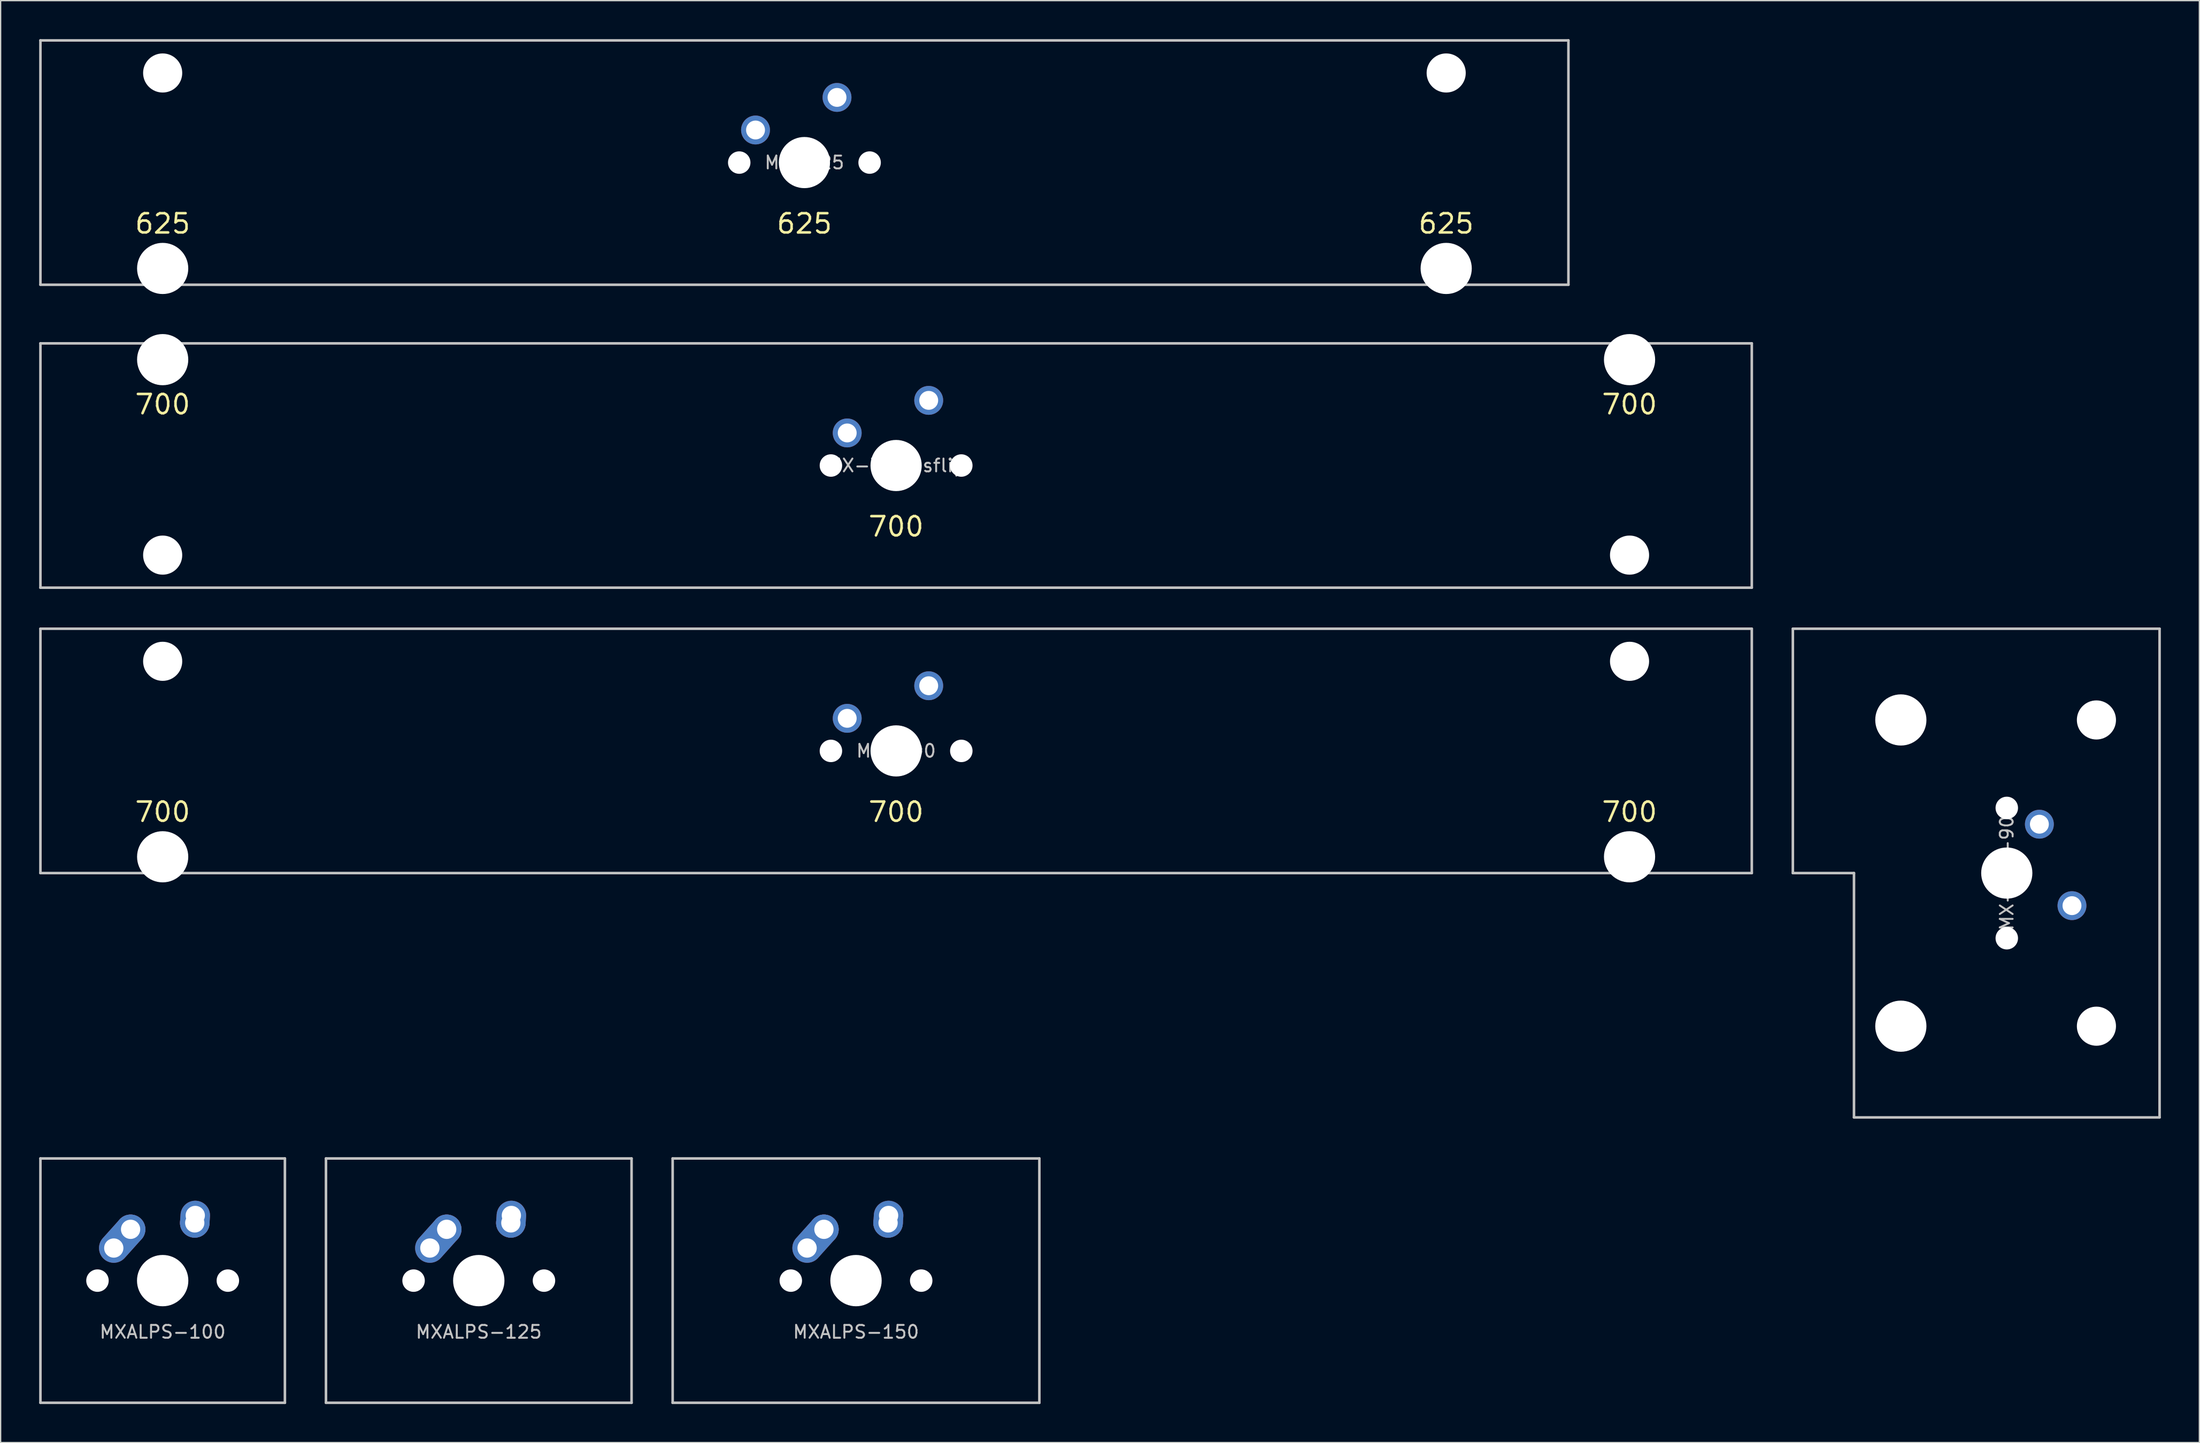
<source format=kicad_pcb>
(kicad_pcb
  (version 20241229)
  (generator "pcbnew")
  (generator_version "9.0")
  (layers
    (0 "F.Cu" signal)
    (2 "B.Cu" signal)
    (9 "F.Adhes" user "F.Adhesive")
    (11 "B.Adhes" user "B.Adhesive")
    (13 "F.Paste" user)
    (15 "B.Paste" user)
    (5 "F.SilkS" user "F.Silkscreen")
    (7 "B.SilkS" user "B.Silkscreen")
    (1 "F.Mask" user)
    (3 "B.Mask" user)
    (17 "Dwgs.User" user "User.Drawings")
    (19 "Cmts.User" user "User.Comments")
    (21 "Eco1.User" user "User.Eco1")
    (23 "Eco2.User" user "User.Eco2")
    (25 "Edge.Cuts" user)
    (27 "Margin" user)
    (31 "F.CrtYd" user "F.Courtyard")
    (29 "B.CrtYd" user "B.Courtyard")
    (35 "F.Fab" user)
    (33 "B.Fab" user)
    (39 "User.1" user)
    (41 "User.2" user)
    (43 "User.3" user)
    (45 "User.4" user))
  (footprint "MX-625"
    (layer "F.Cu")
    (at 59.631 9.625)
    (property "Reference" "MX-625" (at 0 0 0) (layer "Dwgs.User") (effects (font (size 1 1) (thickness 0.15))))
    (attr through_hole)
    (fp_line (start -59.531 9.525) (end -59.531 -9.525) (stroke (width 0.2) (type solid)) (layer "Dwgs.User"))
    (fp_line (start 59.531 -9.525) (end -59.531 -9.525) (stroke (width 0.2) (type solid)) (layer "Dwgs.User"))
    (fp_line (start 59.531 -9.525) (end 59.531 9.525) (stroke (width 0.2) (type solid)) (layer "Dwgs.User"))
    (fp_line (start 59.531 9.525) (end -59.531 9.525) (stroke (width 0.2) (type solid)) (layer "Dwgs.User"))
    (fp_line (start -53.436 -8.95) (end -53.436 10.25) (stroke (width 0.12) (type solid)) (layer "Eco1.User"))
    (fp_line (start -53.436 10.25) (end 53.436 10.25) (stroke (width 0.12) (type solid)) (layer "Eco1.User"))
    (fp_line (start -46.576 -8.95) (end -53.436 -8.95) (stroke (width 0.12) (type solid)) (layer "Eco1.User"))
    (fp_line (start -46.576 7) (end -46.576 -8.95) (stroke (width 0.12) (type solid)) (layer "Eco1.User"))
    (fp_line (start -7 -7) (end -7 7) (stroke (width 0.12) (type solid)) (layer "Eco1.User"))
    (fp_line (start -7 -7) (end 7 -7) (stroke (width 0.12) (type solid)) (layer "Eco1.User"))
    (fp_line (start -7 7) (end -46.576 7) (stroke (width 0.12) (type solid)) (layer "Eco1.User"))
    (fp_line (start 7 -7) (end 7 7) (stroke (width 0.12) (type solid)) (layer "Eco1.User"))
    (fp_line (start 46.576 -8.95) (end 46.576 7) (stroke (width 0.12) (type solid)) (layer "Eco1.User"))
    (fp_line (start 46.576 7) (end 7 7) (stroke (width 0.12) (type solid)) (layer "Eco1.User"))
    (fp_line (start 53.436 -8.95) (end 46.576 -8.95) (stroke (width 0.12) (type solid)) (layer "Eco1.User"))
    (fp_line (start 53.436 10.25) (end 53.436 -8.95) (stroke (width 0.12) (type solid)) (layer "Eco1.User"))
    (fp_circle (center -50.006 -6.985) (end -47.506 -6.985) (stroke (width 0.12) (type solid)) (fill no) (layer "Eco2.User"))
    (fp_circle (center 50.006 -6.985) (end 52.506 -6.985) (stroke (width 0.12) (type solid)) (fill no) (layer "Eco2.User"))
    (fp_text user "625" (at 0 4.763 0) (layer "F.SilkS") (effects (font (size 1.5 1.5) (thickness 0.2))))
    (fp_text user "625" (at -50.006 4.763 0) (layer "F.SilkS") (effects (font (size 1.5 1.5) (thickness 0.2))))
    (fp_text user "625" (at 50.006 4.763 0) (layer "F.SilkS") (effects (font (size 1.5 1.5) (thickness 0.2))))
    (pad "" np_thru_hole circle (at -50.006 -6.985) (size 3.048 3.048) (drill 3.048) (layers "*.Cu" "*.Mask"))
    (pad "" np_thru_hole circle (at -50.006 8.255) (size 3.988 3.988) (drill 3.988) (layers "*.Cu" "*.Mask"))
    (pad "" np_thru_hole circle (at -5.08 0) (size 1.75 1.75) (drill 1.75) (layers "*.Cu" "*.Mask"))
    (pad "" np_thru_hole circle (at 0 0) (size 3.988 3.988) (drill 3.988) (layers "*.Cu" "*.Mask"))
    (pad "" np_thru_hole circle (at 5.08 0) (size 1.75 1.75) (drill 1.75) (layers "*.Cu" "*.Mask"))
    (pad "" np_thru_hole circle (at 50.006 -6.985) (size 3.048 3.048) (drill 3.048) (layers "*.Cu" "*.Mask"))
    (pad "" np_thru_hole circle (at 50.006 8.255) (size 3.988 3.988) (drill 3.988) (layers "*.Cu" "*.Mask"))
    (pad "1" thru_hole circle (at 2.54 -5.08) (size 2.25 2.25) (drill 1.47) (layers "*.Cu" "B.Mask"))
    (pad "2" thru_hole circle (at -3.81 -2.54) (size 2.25 2.25) (drill 1.47) (layers "*.Cu" "B.Mask")))
  (footprint "MXALPS-100"
    (layer "F.Cu")
    (at 9.625 96.795)
    (property "Reference" "MXALPS-100" (at 0 4 0) (layer "Dwgs.User") (effects (font (size 1 1) (thickness 0.15))))
    (attr through_hole)
    (fp_line (start -9.525 -9.525) (end 9.525 -9.525) (stroke (width 0.2) (type solid)) (layer "Dwgs.User"))
    (fp_line (start -9.525 9.525) (end -9.525 -9.525) (stroke (width 0.2) (type solid)) (layer "Dwgs.User"))
    (fp_line (start 9.525 -9.525) (end 9.525 9.525) (stroke (width 0.2) (type solid)) (layer "Dwgs.User"))
    (fp_line (start 9.525 9.525) (end -9.525 9.525) (stroke (width 0.2) (type solid)) (layer "Dwgs.User"))
    (pad "" np_thru_hole circle (at -5.08 0) (size 1.75 1.75) (drill 1.75) (layers "*.Cu" "*.Mask"))
    (pad "" np_thru_hole circle (at 0 0) (size 4 4) (drill 4) (layers "*.Cu" "*.Mask"))
    (pad "" np_thru_hole circle (at 5.08 0) (size 1.75 1.75) (drill 1.75) (layers "*.Cu" "*.Mask"))
    (pad "1" thru_hole circle (at 2.5 -4.5) (size 2.3 2.3) (drill 1.5) (layers "*.Cu" "B.Mask"))
    (pad "1" thru_hole oval (at 2.54 -5.08 356.056) (size 2.3 2.881) (drill 1.5 (offset 0 0.291)) (layers "*.Cu" "B.Mask"))
    (pad "2" thru_hole oval (at -3.81 -2.54 48.1) (size 4.262 2.3) (drill 1.5 (offset 0.981 0)) (layers "*.Cu" "B.Mask"))
    (pad "2" thru_hole circle (at -2.5 -4) (size 2.3 2.3) (drill 1.5) (layers "*.Cu" "B.Mask")))
  (footprint "MXALPS-150"
    (layer "F.Cu")
    (at 63.65 96.795)
    (property "Reference" "MXALPS-150" (at 0 4 0) (layer "Dwgs.User") (effects (font (size 1 1) (thickness 0.15))))
    (attr through_hole)
    (fp_line (start -14.287 -9.525) (end 14.287 -9.525) (stroke (width 0.2) (type solid)) (layer "Dwgs.User"))
    (fp_line (start -14.287 9.525) (end -14.287 -9.525) (stroke (width 0.2) (type solid)) (layer "Dwgs.User"))
    (fp_line (start 14.287 -9.525) (end 14.287 9.525) (stroke (width 0.2) (type solid)) (layer "Dwgs.User"))
    (fp_line (start 14.287 9.525) (end -14.287 9.525) (stroke (width 0.2) (type solid)) (layer "Dwgs.User"))
    (pad "" np_thru_hole circle (at -5.08 0) (size 1.75 1.75) (drill 1.75) (layers "*.Cu" "*.Mask"))
    (pad "" np_thru_hole circle (at 0 0) (size 4 4) (drill 4) (layers "*.Cu" "*.Mask"))
    (pad "" np_thru_hole circle (at 5.08 0) (size 1.75 1.75) (drill 1.75) (layers "*.Cu" "*.Mask"))
    (pad "1" thru_hole circle (at 2.5 -4.5) (size 2.3 2.3) (drill 1.5) (layers "*.Cu" "B.Mask"))
    (pad "1" thru_hole oval (at 2.54 -5.08 356.056) (size 2.3 2.881) (drill 1.5 (offset 0 0.291)) (layers "*.Cu" "B.Mask"))
    (pad "2" thru_hole oval (at -3.81 -2.54 48.1) (size 4.262 2.3) (drill 1.5 (offset 0.981 0)) (layers "*.Cu" "B.Mask"))
    (pad "2" thru_hole circle (at -2.5 -4) (size 2.3 2.3) (drill 1.5) (layers "*.Cu" "B.Mask")))
  (footprint "MX-ISO-90"
    (layer "F.Cu")
    (at 153.319 65.02)
    (property "Reference" "MX-ISO-90" (at 0 0 270) (layer "Dwgs.User") (effects (font (size 1 1) (thickness 0.15))))
    (attr through_hole)
    (fp_line (start -16.669 0) (end -16.669 -19.05) (stroke (width 0.2) (type solid)) (layer "Dwgs.User"))
    (fp_line (start -11.906 0) (end -16.669 0) (stroke (width 0.2) (type solid)) (layer "Dwgs.User"))
    (fp_line (start -11.906 19.05) (end -11.906 0) (stroke (width 0.2) (type solid)) (layer "Dwgs.User"))
    (fp_line (start 11.906 -19.05) (end -16.669 -19.05) (stroke (width 0.2) (type solid)) (layer "Dwgs.User"))
    (fp_line (start 11.906 19.05) (end -11.906 19.05) (stroke (width 0.2) (type solid)) (layer "Dwgs.User"))
    (fp_line (start 11.906 19.05) (end 11.906 -19.05) (stroke (width 0.2) (type solid)) (layer "Dwgs.User"))
    (fp_line (start -10.25 -15.368) (end -10.25 15.368) (stroke (width 0.12) (type solid)) (layer "Eco1.User"))
    (fp_line (start -10.25 15.368) (end 8.95 15.368) (stroke (width 0.12) (type solid)) (layer "Eco1.User"))
    (fp_line (start -7 -8.508) (end 8.95 -8.508) (stroke (width 0.12) (type solid)) (layer "Eco1.User"))
    (fp_line (start -7 -7) (end -7 -8.508) (stroke (width 0.12) (type solid)) (layer "Eco1.User"))
    (fp_line (start -7 8.508) (end -7 7) (stroke (width 0.12) (type solid)) (layer "Eco1.User"))
    (fp_line (start 7 -7) (end -7 -7) (stroke (width 0.12) (type solid)) (layer "Eco1.User"))
    (fp_line (start 7 -7) (end 7 7) (stroke (width 0.12) (type solid)) (layer "Eco1.User"))
    (fp_line (start 7 7) (end -7 7) (stroke (width 0.12) (type solid)) (layer "Eco1.User"))
    (fp_line (start 8.95 -15.368) (end -10.25 -15.368) (stroke (width 0.12) (type solid)) (layer "Eco1.User"))
    (fp_line (start 8.95 -8.508) (end 8.95 -15.368) (stroke (width 0.12) (type solid)) (layer "Eco1.User"))
    (fp_line (start 8.95 8.508) (end -7 8.508) (stroke (width 0.12) (type solid)) (layer "Eco1.User"))
    (fp_line (start 8.95 15.368) (end 8.95 8.508) (stroke (width 0.12) (type solid)) (layer "Eco1.User"))
    (fp_circle (center 6.985 -11.938) (end 6.985 -9.438) (stroke (width 0.12) (type solid)) (fill no) (layer "Eco2.User"))
    (fp_circle (center 6.985 11.938) (end 6.985 14.438) (stroke (width 0.12) (type solid)) (fill no) (layer "Eco2.User"))
    (pad "" np_thru_hole circle (at -8.255 -11.938 270) (size 3.988 3.988) (drill 3.988) (layers "*.Cu" "*.Mask"))
    (pad "" np_thru_hole circle (at -8.255 11.938 270) (size 3.988 3.988) (drill 3.988) (layers "*.Cu" "*.Mask"))
    (pad "" np_thru_hole circle (at 0 -5.08 270) (size 1.75 1.75) (drill 1.75) (layers "*.Cu" "*.Mask"))
    (pad "" np_thru_hole circle (at 0 0 270) (size 3.988 3.988) (drill 3.988) (layers "*.Cu" "*.Mask"))
    (pad "" np_thru_hole circle (at 0 5.08 270) (size 1.75 1.75) (drill 1.75) (layers "*.Cu" "*.Mask"))
    (pad "" np_thru_hole circle (at 6.985 -11.938 270) (size 3.048 3.048) (drill 3.048) (layers "*.Cu" "*.Mask"))
    (pad "" np_thru_hole circle (at 6.985 11.938 270) (size 3.048 3.048) (drill 3.048) (layers "*.Cu" "*.Mask"))
    (pad "1" thru_hole circle (at 5.08 2.54 270) (size 2.25 2.25) (drill 1.47) (layers "*.Cu" "B.Mask"))
    (pad "2" thru_hole circle (at 2.54 -3.81 270) (size 2.25 2.25) (drill 1.47) (layers "*.Cu" "B.Mask")))
  (footprint "MX-700-sflip"
    (layer "F.Cu")
    (at 66.775 33.245)
    (property "Reference" "MX-700-sflip" (at 0 0 0) (layer "Dwgs.User") (effects (font (size 1 1) (thickness 0.15))))
    (attr through_hole)
    (fp_line (start -66.675 -9.525) (end 66.675 -9.525) (stroke (width 0.2) (type solid)) (layer "Dwgs.User"))
    (fp_line (start -66.675 9.525) (end -66.675 -9.525) (stroke (width 0.2) (type solid)) (layer "Dwgs.User"))
    (fp_line (start -66.675 9.525) (end 66.675 9.525) (stroke (width 0.2) (type solid)) (layer "Dwgs.User"))
    (fp_line (start 66.675 -9.525) (end 66.675 9.525) (stroke (width 0.2) (type solid)) (layer "Dwgs.User"))
    (fp_line (start -60.58 -10.25) (end -60.58 8.95) (stroke (width 0.12) (type solid)) (layer "Eco1.User"))
    (fp_line (start -60.58 8.95) (end -53.72 8.95) (stroke (width 0.12) (type solid)) (layer "Eco1.User"))
    (fp_line (start -53.72 -7) (end -7 -7) (stroke (width 0.12) (type solid)) (layer "Eco1.User"))
    (fp_line (start -53.72 8.95) (end -53.72 -7) (stroke (width 0.12) (type solid)) (layer "Eco1.User"))
    (fp_line (start -7 7) (end -7 -7) (stroke (width 0.12) (type solid)) (layer "Eco1.User"))
    (fp_line (start 7 -7) (end 53.72 -7) (stroke (width 0.12) (type solid)) (layer "Eco1.User"))
    (fp_line (start 7 7) (end -7 7) (stroke (width 0.12) (type solid)) (layer "Eco1.User"))
    (fp_line (start 7 7) (end 7 -7) (stroke (width 0.12) (type solid)) (layer "Eco1.User"))
    (fp_line (start 53.72 -7) (end 53.72 8.95) (stroke (width 0.12) (type solid)) (layer "Eco1.User"))
    (fp_line (start 53.72 8.95) (end 60.58 8.95) (stroke (width 0.12) (type solid)) (layer "Eco1.User"))
    (fp_line (start 60.58 -10.25) (end -60.58 -10.25) (stroke (width 0.12) (type solid)) (layer "Eco1.User"))
    (fp_line (start 60.58 8.95) (end 60.58 -10.25) (stroke (width 0.12) (type solid)) (layer "Eco1.User"))
    (fp_circle (center -57.15 6.985) (end -59.65 6.985) (stroke (width 0.12) (type solid)) (fill no) (layer "Eco2.User"))
    (fp_circle (center 57.15 6.985) (end 54.65 6.985) (stroke (width 0.12) (type solid)) (fill no) (layer "Eco2.User"))
    (fp_text user "700" (at 0 4.763 0) (layer "F.SilkS") (effects (font (size 1.5 1.5) (thickness 0.2))))
    (fp_text user "700" (at -57.15 -4.763 0) (layer "F.SilkS") (effects (font (size 1.5 1.5) (thickness 0.2))))
    (fp_text user "700" (at 57.15 -4.763 0) (layer "F.SilkS") (effects (font (size 1.5 1.5) (thickness 0.2))))
    (pad "" np_thru_hole circle (at -57.15 -8.255 180) (size 3.988 3.988) (drill 3.988) (layers "*.Cu" "*.Mask"))
    (pad "" np_thru_hole circle (at -57.15 6.985 180) (size 3.048 3.048) (drill 3.048) (layers "*.Cu" "*.Mask"))
    (pad "" np_thru_hole circle (at -5.08 0) (size 1.75 1.75) (drill 1.75) (layers "*.Cu" "*.Mask"))
    (pad "" np_thru_hole circle (at 0 0) (size 3.988 3.988) (drill 3.988) (layers "*.Cu" "*.Mask"))
    (pad "" np_thru_hole circle (at 5.08 0) (size 1.75 1.75) (drill 1.75) (layers "*.Cu" "*.Mask"))
    (pad "" np_thru_hole circle (at 57.15 -8.255 180) (size 3.988 3.988) (drill 3.988) (layers "*.Cu" "*.Mask"))
    (pad "" np_thru_hole circle (at 57.15 6.985 180) (size 3.048 3.048) (drill 3.048) (layers "*.Cu" "*.Mask"))
    (pad "1" thru_hole circle (at 2.54 -5.08) (size 2.25 2.25) (drill 1.47) (layers "*.Cu" "B.Mask"))
    (pad "2" thru_hole circle (at -3.81 -2.54) (size 2.25 2.25) (drill 1.47) (layers "*.Cu" "B.Mask")))
  (footprint "MX-700"
    (layer "F.Cu")
    (at 66.775 55.495)
    (property "Reference" "MX-700" (at 0 0 0) (layer "Dwgs.User") (effects (font (size 1 1) (thickness 0.15))))
    (attr through_hole)
    (fp_line (start -66.675 9.525) (end -66.675 -9.525) (stroke (width 0.2) (type solid)) (layer "Dwgs.User"))
    (fp_line (start 66.675 -9.525) (end -66.675 -9.525) (stroke (width 0.2) (type solid)) (layer "Dwgs.User"))
    (fp_line (start 66.675 -9.525) (end 66.675 9.525) (stroke (width 0.2) (type solid)) (layer "Dwgs.User"))
    (fp_line (start 66.675 9.525) (end -66.675 9.525) (stroke (width 0.2) (type solid)) (layer "Dwgs.User"))
    (fp_line (start -60.58 -8.95) (end -60.58 10.25) (stroke (width 0.12) (type solid)) (layer "Eco1.User"))
    (fp_line (start -60.58 10.25) (end 60.58 10.25) (stroke (width 0.12) (type solid)) (layer "Eco1.User"))
    (fp_line (start -53.72 -8.95) (end -60.58 -8.95) (stroke (width 0.12) (type solid)) (layer "Eco1.User"))
    (fp_line (start -53.72 7) (end -53.72 -8.95) (stroke (width 0.12) (type solid)) (layer "Eco1.User"))
    (fp_line (start -7 -7) (end -7 7) (stroke (width 0.12) (type solid)) (layer "Eco1.User"))
    (fp_line (start -7 -7) (end 7 -7) (stroke (width 0.12) (type solid)) (layer "Eco1.User"))
    (fp_line (start -7 7) (end -53.72 7) (stroke (width 0.12) (type solid)) (layer "Eco1.User"))
    (fp_line (start 7 -7) (end 7 7) (stroke (width 0.12) (type solid)) (layer "Eco1.User"))
    (fp_line (start 53.72 -8.95) (end 53.72 7) (stroke (width 0.12) (type solid)) (layer "Eco1.User"))
    (fp_line (start 53.72 7) (end 7 7) (stroke (width 0.12) (type solid)) (layer "Eco1.User"))
    (fp_line (start 60.58 -8.95) (end 53.72 -8.95) (stroke (width 0.12) (type solid)) (layer "Eco1.User"))
    (fp_line (start 60.58 10.25) (end 60.58 -8.95) (stroke (width 0.12) (type solid)) (layer "Eco1.User"))
    (fp_circle (center -57.15 -6.985) (end -54.65 -6.985) (stroke (width 0.12) (type solid)) (fill no) (layer "Eco2.User"))
    (fp_circle (center 57.15 -6.985) (end 59.65 -6.985) (stroke (width 0.12) (type solid)) (fill no) (layer "Eco2.User"))
    (fp_text user "700" (at 0 4.763 0) (layer "F.SilkS") (effects (font (size 1.5 1.5) (thickness 0.2))))
    (fp_text user "700" (at -57.15 4.763 0) (layer "F.SilkS") (effects (font (size 1.5 1.5) (thickness 0.2))))
    (fp_text user "700" (at 57.15 4.763 0) (layer "F.SilkS") (effects (font (size 1.5 1.5) (thickness 0.2))))
    (pad "" np_thru_hole circle (at -57.15 -6.985) (size 3.048 3.048) (drill 3.048) (layers "*.Cu" "*.Mask"))
    (pad "" np_thru_hole circle (at -57.15 8.255) (size 3.988 3.988) (drill 3.988) (layers "*.Cu" "*.Mask"))
    (pad "" np_thru_hole circle (at -5.08 0) (size 1.75 1.75) (drill 1.75) (layers "*.Cu" "*.Mask"))
    (pad "" np_thru_hole circle (at 0 0) (size 3.988 3.988) (drill 3.988) (layers "*.Cu" "*.Mask"))
    (pad "" np_thru_hole circle (at 5.08 0) (size 1.75 1.75) (drill 1.75) (layers "*.Cu" "*.Mask"))
    (pad "" np_thru_hole circle (at 57.15 -6.985) (size 3.048 3.048) (drill 3.048) (layers "*.Cu" "*.Mask"))
    (pad "" np_thru_hole circle (at 57.15 8.255) (size 3.988 3.988) (drill 3.988) (layers "*.Cu" "*.Mask"))
    (pad "1" thru_hole circle (at 2.54 -5.08) (size 2.25 2.25) (drill 1.47) (layers "*.Cu" "B.Mask"))
    (pad "2" thru_hole circle (at -3.81 -2.54) (size 2.25 2.25) (drill 1.47) (layers "*.Cu" "B.Mask")))
  (footprint "MXALPS-125"
    (layer "F.Cu")
    (at 34.256 96.795)
    (property "Reference" "MXALPS-125" (at 0 4 0) (layer "Dwgs.User") (effects (font (size 1 1) (thickness 0.15))))
    (attr through_hole)
    (fp_line (start -11.906 -9.525) (end 11.906 -9.525) (stroke (width 0.2) (type solid)) (layer "Dwgs.User"))
    (fp_line (start -11.906 9.525) (end -11.906 -9.525) (stroke (width 0.2) (type solid)) (layer "Dwgs.User"))
    (fp_line (start 11.906 -9.525) (end 11.906 9.525) (stroke (width 0.2) (type solid)) (layer "Dwgs.User"))
    (fp_line (start 11.906 9.525) (end -11.906 9.525) (stroke (width 0.2) (type solid)) (layer "Dwgs.User"))
    (pad "" np_thru_hole circle (at -5.08 0) (size 1.75 1.75) (drill 1.75) (layers "*.Cu" "*.Mask"))
    (pad "" np_thru_hole circle (at 0 0) (size 4 4) (drill 4) (layers "*.Cu" "*.Mask"))
    (pad "" np_thru_hole circle (at 5.08 0) (size 1.75 1.75) (drill 1.75) (layers "*.Cu" "*.Mask"))
    (pad "1" thru_hole circle (at 2.5 -4.5) (size 2.3 2.3) (drill 1.5) (layers "*.Cu" "B.Mask"))
    (pad "1" thru_hole oval (at 2.54 -5.08 356.056) (size 2.3 2.881) (drill 1.5 (offset 0 0.291)) (layers "*.Cu" "B.Mask"))
    (pad "2" thru_hole oval (at -3.81 -2.54 48.1) (size 4.262 2.3) (drill 1.5 (offset 0.981 0)) (layers "*.Cu" "B.Mask"))
    (pad "2" thru_hole circle (at -2.5 -4) (size 2.3 2.3) (drill 1.5) (layers "*.Cu" "B.Mask")))
  (gr_rect
    (start -3 -3)
    (end 168.325 109.42)
    (stroke (width 0.1) (type default))
    (fill no)
    (layer "Edge.Cuts")))
</source>
